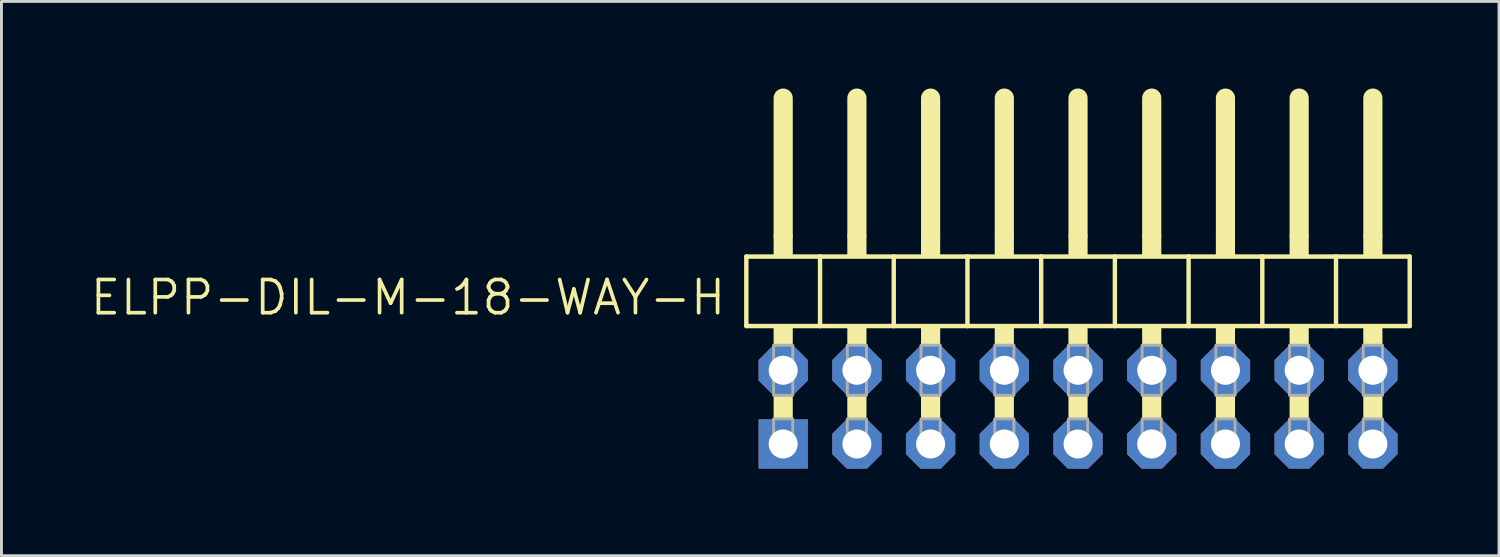
<source format=kicad_pcb>
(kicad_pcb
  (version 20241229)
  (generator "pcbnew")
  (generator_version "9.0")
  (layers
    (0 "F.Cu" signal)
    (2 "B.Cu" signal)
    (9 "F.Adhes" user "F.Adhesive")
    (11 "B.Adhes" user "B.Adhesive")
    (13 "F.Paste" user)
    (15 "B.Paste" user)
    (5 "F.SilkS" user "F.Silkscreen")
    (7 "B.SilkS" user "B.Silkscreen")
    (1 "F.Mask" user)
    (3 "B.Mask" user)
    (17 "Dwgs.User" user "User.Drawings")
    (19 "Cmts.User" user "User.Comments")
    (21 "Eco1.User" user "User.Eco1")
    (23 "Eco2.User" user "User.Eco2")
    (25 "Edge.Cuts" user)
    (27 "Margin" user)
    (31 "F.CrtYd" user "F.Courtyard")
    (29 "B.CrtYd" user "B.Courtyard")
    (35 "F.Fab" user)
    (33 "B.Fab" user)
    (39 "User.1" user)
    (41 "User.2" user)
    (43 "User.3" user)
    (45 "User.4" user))
  (footprint "ELPP-DIL-M-18-WAY-H"
    (layer "F.Cu")
    (at 34.098 10.979)
    (property "Reference" "ELPP-DIL-M-18-WAY-H" (at -12.065 -4.445 0) (unlocked yes) (layer "F.SilkS") (effects (font (size 1.143 1.143) (thickness 0.127)) (justify right top)))
    (fp_line (start -11.43 -5.188) (end -8.89 -5.188) (stroke (width 0.152) (type solid)) (layer "F.SilkS"))
    (fp_line (start -11.43 -2.794) (end -11.43 -5.188) (stroke (width 0.152) (type solid)) (layer "F.SilkS"))
    (fp_line (start -10.16 -5.95) (end -10.16 -10.649) (stroke (width 0.66) (type solid)) (layer "F.SilkS"))
    (fp_line (start -8.89 -5.188) (end -6.35 -5.188) (stroke (width 0.152) (type solid)) (layer "F.SilkS"))
    (fp_line (start -8.89 -2.794) (end -11.43 -2.794) (stroke (width 0.152) (type solid)) (layer "F.SilkS"))
    (fp_line (start -8.89 -2.794) (end -8.89 -5.188) (stroke (width 0.152) (type solid)) (layer "F.SilkS"))
    (fp_line (start -8.89 -2.794) (end -6.35 -2.794) (stroke (width 0.152) (type solid)) (layer "F.SilkS"))
    (fp_line (start -7.62 -5.95) (end -7.62 -10.649) (stroke (width 0.66) (type solid)) (layer "F.SilkS"))
    (fp_line (start -6.35 -5.188) (end -3.81 -5.188) (stroke (width 0.152) (type solid)) (layer "F.SilkS"))
    (fp_line (start -6.35 -2.794) (end -6.35 -5.188) (stroke (width 0.152) (type solid)) (layer "F.SilkS"))
    (fp_line (start -5.08 -5.95) (end -5.08 -10.649) (stroke (width 0.66) (type solid)) (layer "F.SilkS"))
    (fp_line (start -3.81 -5.188) (end -1.27 -5.188) (stroke (width 0.152) (type solid)) (layer "F.SilkS"))
    (fp_line (start -3.81 -2.794) (end -6.35 -2.794) (stroke (width 0.152) (type solid)) (layer "F.SilkS"))
    (fp_line (start -3.81 -2.794) (end -3.81 -5.188) (stroke (width 0.152) (type solid)) (layer "F.SilkS"))
    (fp_line (start -2.54 -5.95) (end -2.54 -10.649) (stroke (width 0.66) (type solid)) (layer "F.SilkS"))
    (fp_line (start -1.27 -5.188) (end 1.27 -5.188) (stroke (width 0.152) (type solid)) (layer "F.SilkS"))
    (fp_line (start -1.27 -2.794) (end -3.81 -2.794) (stroke (width 0.152) (type solid)) (layer "F.SilkS"))
    (fp_line (start -1.27 -2.794) (end -1.27 -5.188) (stroke (width 0.152) (type solid)) (layer "F.SilkS"))
    (fp_line (start 0 -5.95) (end 0 -10.649) (stroke (width 0.66) (type solid)) (layer "F.SilkS"))
    (fp_line (start 1.27 -5.188) (end 3.81 -5.188) (stroke (width 0.152) (type solid)) (layer "F.SilkS"))
    (fp_line (start 1.27 -2.794) (end -1.27 -2.794) (stroke (width 0.152) (type solid)) (layer "F.SilkS"))
    (fp_line (start 1.27 -2.794) (end 1.27 -5.188) (stroke (width 0.152) (type solid)) (layer "F.SilkS"))
    (fp_line (start 2.54 -5.95) (end 2.54 -10.649) (stroke (width 0.66) (type solid)) (layer "F.SilkS"))
    (fp_line (start 3.81 -5.188) (end 6.35 -5.188) (stroke (width 0.152) (type solid)) (layer "F.SilkS"))
    (fp_line (start 3.81 -2.794) (end 1.27 -2.794) (stroke (width 0.152) (type solid)) (layer "F.SilkS"))
    (fp_line (start 3.81 -2.794) (end 3.81 -5.188) (stroke (width 0.152) (type solid)) (layer "F.SilkS"))
    (fp_line (start 3.81 -2.794) (end 6.35 -2.794) (stroke (width 0.152) (type solid)) (layer "F.SilkS"))
    (fp_line (start 5.08 -5.95) (end 5.08 -10.649) (stroke (width 0.66) (type solid)) (layer "F.SilkS"))
    (fp_line (start 6.35 -5.188) (end 8.89 -5.188) (stroke (width 0.152) (type solid)) (layer "F.SilkS"))
    (fp_line (start 6.35 -2.794) (end 6.35 -5.188) (stroke (width 0.152) (type solid)) (layer "F.SilkS"))
    (fp_line (start 7.62 -5.95) (end 7.62 -10.649) (stroke (width 0.66) (type solid)) (layer "F.SilkS"))
    (fp_line (start 8.89 -5.188) (end 11.43 -5.188) (stroke (width 0.152) (type solid)) (layer "F.SilkS"))
    (fp_line (start 8.89 -2.794) (end 6.35 -2.794) (stroke (width 0.152) (type solid)) (layer "F.SilkS"))
    (fp_line (start 8.89 -2.794) (end 8.89 -5.188) (stroke (width 0.152) (type solid)) (layer "F.SilkS"))
    (fp_line (start 10.16 -5.95) (end 10.16 -10.649) (stroke (width 0.66) (type solid)) (layer "F.SilkS"))
    (fp_line (start 11.43 -2.794) (end 8.89 -2.794) (stroke (width 0.152) (type solid)) (layer "F.SilkS"))
    (fp_line (start 11.43 -2.794) (end 11.43 -5.188) (stroke (width 0.152) (type solid)) (layer "F.SilkS"))
    (fp_poly (pts (xy -10.49 -5.188) (xy -9.83 -5.188) (xy -9.83 -5.95) (xy -10.49 -5.95)) (stroke (width 0) (type default)) (fill yes) (layer "F.SilkS"))
    (fp_poly (pts (xy -10.49 -2.134) (xy -9.83 -2.134) (xy -9.83 -2.794) (xy -10.49 -2.794)) (stroke (width 0) (type default)) (fill yes) (layer "F.SilkS"))
    (fp_poly (pts (xy -10.49 0.406) (xy -9.83 0.406) (xy -9.83 -0.406) (xy -10.49 -0.406)) (stroke (width 0) (type default)) (fill yes) (layer "F.SilkS"))
    (fp_poly (pts (xy -7.95 -5.188) (xy -7.29 -5.188) (xy -7.29 -5.95) (xy -7.95 -5.95)) (stroke (width 0) (type default)) (fill yes) (layer "F.SilkS"))
    (fp_poly (pts (xy -7.95 -2.134) (xy -7.29 -2.134) (xy -7.29 -2.794) (xy -7.95 -2.794)) (stroke (width 0) (type default)) (fill yes) (layer "F.SilkS"))
    (fp_poly (pts (xy -7.95 0.406) (xy -7.29 0.406) (xy -7.29 -0.406) (xy -7.95 -0.406)) (stroke (width 0) (type default)) (fill yes) (layer "F.SilkS"))
    (fp_poly (pts (xy -5.41 -5.188) (xy -4.75 -5.188) (xy -4.75 -5.95) (xy -5.41 -5.95)) (stroke (width 0) (type default)) (fill yes) (layer "F.SilkS"))
    (fp_poly (pts (xy -5.41 -2.134) (xy -4.75 -2.134) (xy -4.75 -2.794) (xy -5.41 -2.794)) (stroke (width 0) (type default)) (fill yes) (layer "F.SilkS"))
    (fp_poly (pts (xy -5.41 0.406) (xy -4.75 0.406) (xy -4.75 -0.406) (xy -5.41 -0.406)) (stroke (width 0) (type default)) (fill yes) (layer "F.SilkS"))
    (fp_poly (pts (xy -2.87 -5.188) (xy -2.21 -5.188) (xy -2.21 -5.95) (xy -2.87 -5.95)) (stroke (width 0) (type default)) (fill yes) (layer "F.SilkS"))
    (fp_poly (pts (xy -2.87 -2.134) (xy -2.21 -2.134) (xy -2.21 -2.794) (xy -2.87 -2.794)) (stroke (width 0) (type default)) (fill yes) (layer "F.SilkS"))
    (fp_poly (pts (xy -2.87 0.406) (xy -2.21 0.406) (xy -2.21 -0.406) (xy -2.87 -0.406)) (stroke (width 0) (type default)) (fill yes) (layer "F.SilkS"))
    (fp_poly (pts (xy -0.33 -5.188) (xy 0.33 -5.188) (xy 0.33 -5.95) (xy -0.33 -5.95)) (stroke (width 0) (type default)) (fill yes) (layer "F.SilkS"))
    (fp_poly (pts (xy -0.33 -2.134) (xy 0.33 -2.134) (xy 0.33 -2.794) (xy -0.33 -2.794)) (stroke (width 0) (type default)) (fill yes) (layer "F.SilkS"))
    (fp_poly (pts (xy -0.33 0.406) (xy 0.33 0.406) (xy 0.33 -0.406) (xy -0.33 -0.406)) (stroke (width 0) (type default)) (fill yes) (layer "F.SilkS"))
    (fp_poly (pts (xy 2.21 -5.188) (xy 2.87 -5.188) (xy 2.87 -5.95) (xy 2.21 -5.95)) (stroke (width 0) (type default)) (fill yes) (layer "F.SilkS"))
    (fp_poly (pts (xy 2.21 -2.134) (xy 2.87 -2.134) (xy 2.87 -2.794) (xy 2.21 -2.794)) (stroke (width 0) (type default)) (fill yes) (layer "F.SilkS"))
    (fp_poly (pts (xy 2.21 0.406) (xy 2.87 0.406) (xy 2.87 -0.406) (xy 2.21 -0.406)) (stroke (width 0) (type default)) (fill yes) (layer "F.SilkS"))
    (fp_poly (pts (xy 4.75 -5.188) (xy 5.41 -5.188) (xy 5.41 -5.95) (xy 4.75 -5.95)) (stroke (width 0) (type default)) (fill yes) (layer "F.SilkS"))
    (fp_poly (pts (xy 4.75 -2.134) (xy 5.41 -2.134) (xy 5.41 -2.794) (xy 4.75 -2.794)) (stroke (width 0) (type default)) (fill yes) (layer "F.SilkS"))
    (fp_poly (pts (xy 4.75 0.406) (xy 5.41 0.406) (xy 5.41 -0.406) (xy 4.75 -0.406)) (stroke (width 0) (type default)) (fill yes) (layer "F.SilkS"))
    (fp_poly (pts (xy 7.29 -5.188) (xy 7.95 -5.188) (xy 7.95 -5.95) (xy 7.29 -5.95)) (stroke (width 0) (type default)) (fill yes) (layer "F.SilkS"))
    (fp_poly (pts (xy 7.29 -2.134) (xy 7.95 -2.134) (xy 7.95 -2.794) (xy 7.29 -2.794)) (stroke (width 0) (type default)) (fill yes) (layer "F.SilkS"))
    (fp_poly (pts (xy 7.29 0.406) (xy 7.95 0.406) (xy 7.95 -0.406) (xy 7.29 -0.406)) (stroke (width 0) (type default)) (fill yes) (layer "F.SilkS"))
    (fp_poly (pts (xy 9.83 -5.188) (xy 10.49 -5.188) (xy 10.49 -5.95) (xy 9.83 -5.95)) (stroke (width 0) (type default)) (fill yes) (layer "F.SilkS"))
    (fp_poly (pts (xy 9.83 -2.134) (xy 10.49 -2.134) (xy 10.49 -2.794) (xy 9.83 -2.794)) (stroke (width 0) (type default)) (fill yes) (layer "F.SilkS"))
    (fp_poly (pts (xy 9.83 0.406) (xy 10.49 0.406) (xy 10.49 -0.406) (xy 9.83 -0.406)) (stroke (width 0) (type default)) (fill yes) (layer "F.SilkS"))
    (fp_poly (pts (xy -10.49 -0.406) (xy -9.83 -0.406) (xy -9.83 -2.134) (xy -10.49 -2.134)) (stroke (width 0.1) (type default)) (fill no) (layer "F.Fab"))
    (fp_poly (pts (xy -10.49 1.575) (xy -9.83 1.575) (xy -9.83 0.406) (xy -10.49 0.406)) (stroke (width 0.1) (type default)) (fill no) (layer "F.Fab"))
    (fp_poly (pts (xy -7.95 -0.406) (xy -7.29 -0.406) (xy -7.29 -2.134) (xy -7.95 -2.134)) (stroke (width 0.1) (type default)) (fill no) (layer "F.Fab"))
    (fp_poly (pts (xy -7.95 1.575) (xy -7.29 1.575) (xy -7.29 0.406) (xy -7.95 0.406)) (stroke (width 0.1) (type default)) (fill no) (layer "F.Fab"))
    (fp_poly (pts (xy -5.41 -0.406) (xy -4.75 -0.406) (xy -4.75 -2.134) (xy -5.41 -2.134)) (stroke (width 0.1) (type default)) (fill no) (layer "F.Fab"))
    (fp_poly (pts (xy -5.41 1.575) (xy -4.75 1.575) (xy -4.75 0.406) (xy -5.41 0.406)) (stroke (width 0.1) (type default)) (fill no) (layer "F.Fab"))
    (fp_poly (pts (xy -2.87 -0.406) (xy -2.21 -0.406) (xy -2.21 -2.134) (xy -2.87 -2.134)) (stroke (width 0.1) (type default)) (fill no) (layer "F.Fab"))
    (fp_poly (pts (xy -2.87 1.575) (xy -2.21 1.575) (xy -2.21 0.406) (xy -2.87 0.406)) (stroke (width 0.1) (type default)) (fill no) (layer "F.Fab"))
    (fp_poly (pts (xy -0.33 -0.406) (xy 0.33 -0.406) (xy 0.33 -2.134) (xy -0.33 -2.134)) (stroke (width 0.1) (type default)) (fill no) (layer "F.Fab"))
    (fp_poly (pts (xy -0.33 1.575) (xy 0.33 1.575) (xy 0.33 0.406) (xy -0.33 0.406)) (stroke (width 0.1) (type default)) (fill no) (layer "F.Fab"))
    (fp_poly (pts (xy 2.21 -0.406) (xy 2.87 -0.406) (xy 2.87 -2.134) (xy 2.21 -2.134)) (stroke (width 0.1) (type default)) (fill no) (layer "F.Fab"))
    (fp_poly (pts (xy 2.21 1.575) (xy 2.87 1.575) (xy 2.87 0.406) (xy 2.21 0.406)) (stroke (width 0.1) (type default)) (fill no) (layer "F.Fab"))
    (fp_poly (pts (xy 4.75 -0.406) (xy 5.41 -0.406) (xy 5.41 -2.134) (xy 4.75 -2.134)) (stroke (width 0.1) (type default)) (fill no) (layer "F.Fab"))
    (fp_poly (pts (xy 4.75 1.575) (xy 5.41 1.575) (xy 5.41 0.406) (xy 4.75 0.406)) (stroke (width 0.1) (type default)) (fill no) (layer "F.Fab"))
    (fp_poly (pts (xy 7.29 -0.406) (xy 7.95 -0.406) (xy 7.95 -2.134) (xy 7.29 -2.134)) (stroke (width 0.1) (type default)) (fill no) (layer "F.Fab"))
    (fp_poly (pts (xy 7.29 1.575) (xy 7.95 1.575) (xy 7.95 0.406) (xy 7.29 0.406)) (stroke (width 0.1) (type default)) (fill no) (layer "F.Fab"))
    (fp_poly (pts (xy 9.83 -0.406) (xy 10.49 -0.406) (xy 10.49 -2.134) (xy 9.83 -2.134)) (stroke (width 0.1) (type default)) (fill no) (layer "F.Fab"))
    (fp_poly (pts (xy 9.83 1.575) (xy 10.49 1.575) (xy 10.49 0.406) (xy 9.83 0.406)) (stroke (width 0.1) (type default)) (fill no) (layer "F.Fab"))
    (pad "1" thru_hole rect (at -10.16 1.27) (size 1.7 1.7) (drill 1) (layers "*.Cu" "*.Mask"))
    (pad "2" thru_hole roundrect (at -10.16 -1.27) (size 1.7 1.7) (drill 1) (layers "*.Cu" "*.Mask") (roundrect_rratio 0.25) (chamfer_ratio 0.293) (chamfer top_left top_right bottom_left bottom_right))
    (pad "3" thru_hole roundrect (at -7.62 1.27) (size 1.7 1.7) (drill 1) (layers "*.Cu" "*.Mask") (roundrect_rratio 0.25) (chamfer_ratio 0.293) (chamfer top_left top_right bottom_left bottom_right))
    (pad "4" thru_hole roundrect (at -7.62 -1.27) (size 1.7 1.7) (drill 1) (layers "*.Cu" "*.Mask") (roundrect_rratio 0.25) (chamfer_ratio 0.293) (chamfer top_left top_right bottom_left bottom_right))
    (pad "5" thru_hole roundrect (at -5.08 1.27) (size 1.7 1.7) (drill 1) (layers "*.Cu" "*.Mask") (roundrect_rratio 0.25) (chamfer_ratio 0.293) (chamfer top_left top_right bottom_left bottom_right))
    (pad "6" thru_hole roundrect (at -5.08 -1.27) (size 1.7 1.7) (drill 1) (layers "*.Cu" "*.Mask") (roundrect_rratio 0.25) (chamfer_ratio 0.293) (chamfer top_left top_right bottom_left bottom_right))
    (pad "7" thru_hole roundrect (at -2.54 1.27) (size 1.7 1.7) (drill 1) (layers "*.Cu" "*.Mask") (roundrect_rratio 0.25) (chamfer_ratio 0.293) (chamfer top_left top_right bottom_left bottom_right))
    (pad "8" thru_hole roundrect (at -2.54 -1.27) (size 1.7 1.7) (drill 1) (layers "*.Cu" "*.Mask") (roundrect_rratio 0.25) (chamfer_ratio 0.293) (chamfer top_left top_right bottom_left bottom_right))
    (pad "9" thru_hole roundrect (at 0 1.27) (size 1.7 1.7) (drill 1) (layers "*.Cu" "*.Mask") (roundrect_rratio 0.25) (chamfer_ratio 0.293) (chamfer top_left top_right bottom_left bottom_right))
    (pad "10" thru_hole roundrect (at 0 -1.27) (size 1.7 1.7) (drill 1) (layers "*.Cu" "*.Mask") (roundrect_rratio 0.25) (chamfer_ratio 0.293) (chamfer top_left top_right bottom_left bottom_right))
    (pad "11" thru_hole roundrect (at 2.54 1.27) (size 1.7 1.7) (drill 1) (layers "*.Cu" "*.Mask") (roundrect_rratio 0.25) (chamfer_ratio 0.293) (chamfer top_left top_right bottom_left bottom_right))
    (pad "12" thru_hole roundrect (at 2.54 -1.27) (size 1.7 1.7) (drill 1) (layers "*.Cu" "*.Mask") (roundrect_rratio 0.25) (chamfer_ratio 0.293) (chamfer top_left top_right bottom_left bottom_right))
    (pad "13" thru_hole roundrect (at 5.08 1.27) (size 1.7 1.7) (drill 1) (layers "*.Cu" "*.Mask") (roundrect_rratio 0.25) (chamfer_ratio 0.293) (chamfer top_left top_right bottom_left bottom_right))
    (pad "14" thru_hole roundrect (at 5.08 -1.27) (size 1.7 1.7) (drill 1) (layers "*.Cu" "*.Mask") (roundrect_rratio 0.25) (chamfer_ratio 0.293) (chamfer top_left top_right bottom_left bottom_right))
    (pad "15" thru_hole roundrect (at 7.62 1.27) (size 1.7 1.7) (drill 1) (layers "*.Cu" "*.Mask") (roundrect_rratio 0.25) (chamfer_ratio 0.293) (chamfer top_left top_right bottom_left bottom_right))
    (pad "16" thru_hole roundrect (at 7.62 -1.27) (size 1.7 1.7) (drill 1) (layers "*.Cu" "*.Mask") (roundrect_rratio 0.25) (chamfer_ratio 0.293) (chamfer top_left top_right bottom_left bottom_right))
    (pad "17" thru_hole roundrect (at 10.16 1.27) (size 1.7 1.7) (drill 1) (layers "*.Cu" "*.Mask") (roundrect_rratio 0.25) (chamfer_ratio 0.293) (chamfer top_left top_right bottom_left bottom_right))
    (pad "18" thru_hole roundrect (at 10.16 -1.27) (size 1.7 1.7) (drill 1) (layers "*.Cu" "*.Mask") (roundrect_rratio 0.25) (chamfer_ratio 0.293) (chamfer top_left top_right bottom_left bottom_right)))
  (gr_rect
    (start -3 -3)
    (end 48.604 16.099)
    (stroke (width 0.1) (type default))
    (fill no)
    (layer "Edge.Cuts")))
</source>
